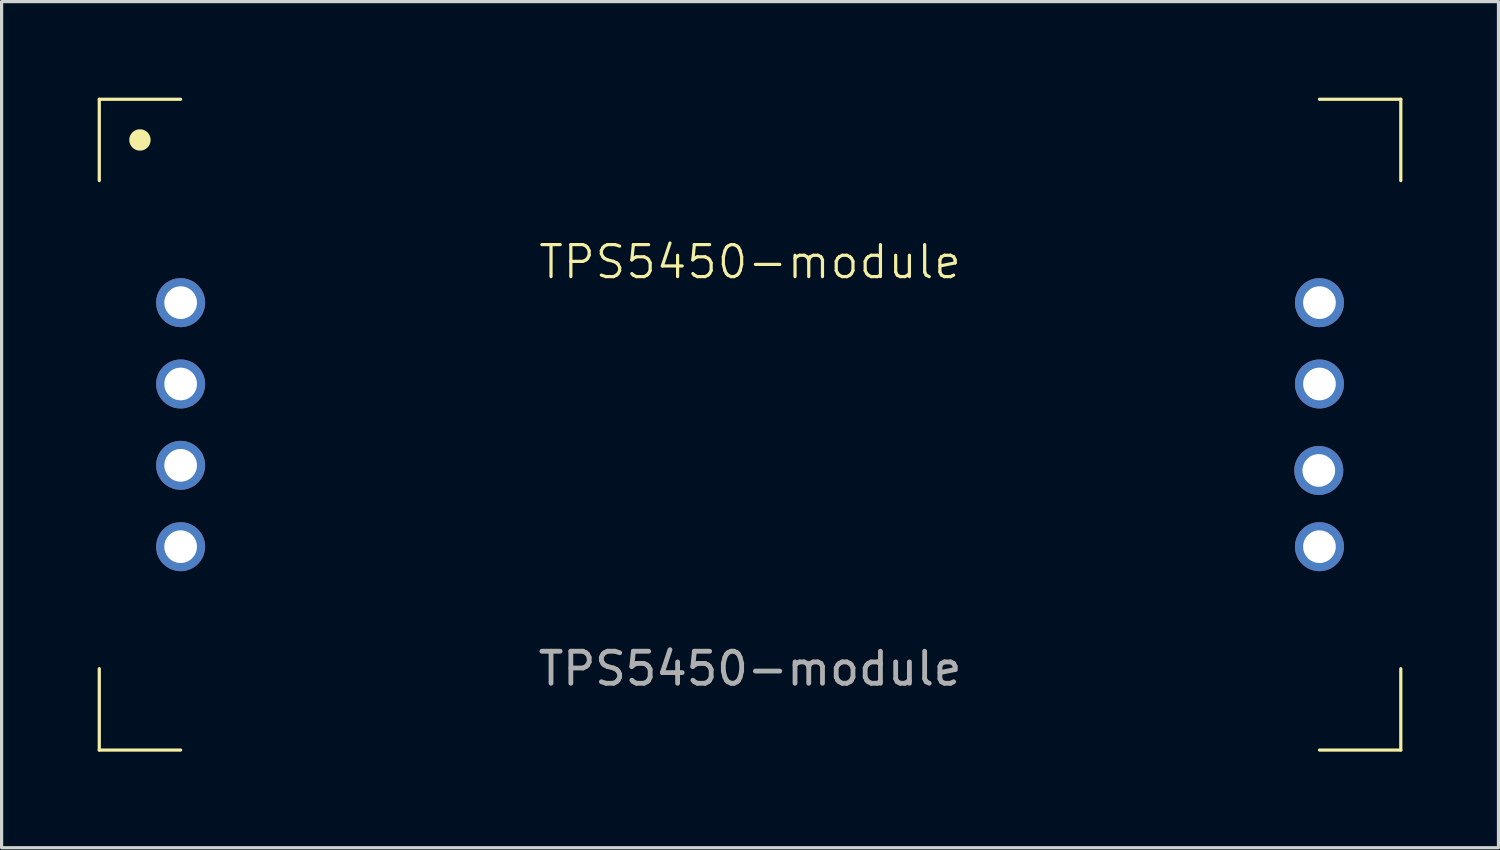
<source format=kicad_pcb>
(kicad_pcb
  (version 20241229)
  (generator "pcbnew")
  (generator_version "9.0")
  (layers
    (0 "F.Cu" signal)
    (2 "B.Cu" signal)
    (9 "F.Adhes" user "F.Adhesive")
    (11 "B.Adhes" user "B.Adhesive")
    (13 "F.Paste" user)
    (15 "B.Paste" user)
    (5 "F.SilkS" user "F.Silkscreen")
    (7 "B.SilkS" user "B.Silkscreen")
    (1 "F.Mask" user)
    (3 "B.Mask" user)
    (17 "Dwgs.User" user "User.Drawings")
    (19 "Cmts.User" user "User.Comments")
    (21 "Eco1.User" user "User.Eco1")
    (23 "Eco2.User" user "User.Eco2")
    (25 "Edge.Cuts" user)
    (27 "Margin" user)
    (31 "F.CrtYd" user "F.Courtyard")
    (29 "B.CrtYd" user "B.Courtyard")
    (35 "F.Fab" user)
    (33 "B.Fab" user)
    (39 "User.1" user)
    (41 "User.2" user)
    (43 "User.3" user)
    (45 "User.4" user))
  (footprint "TPS5450-module"
    (layer "F.Cu")
    (at 20.37 10.21)
    (property "Reference" "TPS5450-module" (at 0 -5.08 0) (unlocked yes) (layer "F.SilkS") (effects (font (size 1 1) (thickness 0.1))))
    (attr through_hole)
    (fp_line (start -20.32 -10.16) (end -20.32 -7.62) (stroke (width 0.1) (type default)) (layer "F.SilkS"))
    (fp_line (start -20.32 -10.16) (end -17.78 -10.16) (stroke (width 0.1) (type default)) (layer "F.SilkS"))
    (fp_line (start -20.32 10.16) (end -20.32 7.62) (stroke (width 0.1) (type default)) (layer "F.SilkS"))
    (fp_line (start -20.32 10.16) (end -17.78 10.16) (stroke (width 0.1) (type default)) (layer "F.SilkS"))
    (fp_line (start 20.32 -10.16) (end 17.78 -10.16) (stroke (width 0.1) (type default)) (layer "F.SilkS"))
    (fp_line (start 20.32 -10.16) (end 20.32 -7.62) (stroke (width 0.1) (type default)) (layer "F.SilkS"))
    (fp_line (start 20.32 10.16) (end 17.78 10.16) (stroke (width 0.1) (type default)) (layer "F.SilkS"))
    (fp_line (start 20.32 10.16) (end 20.32 7.62) (stroke (width 0.1) (type default)) (layer "F.SilkS"))
    (fp_circle (center -19.05 -8.89) (end -18.766 -8.89) (stroke (width 0.1) (type solid)) (fill yes) (layer "F.SilkS"))
    (fp_text user "${REFERENCE}" (at 0 7.62 0) (unlocked yes) (layer "F.Fab") (effects (font (size 1 1) (thickness 0.15))))
    (pad "2" thru_hole circle (at -17.78 -3.81 90) (size 1.53 1.53) (drill 1.02) (layers "*.Cu" "*.Mask"))
    (pad "3" thru_hole circle (at -17.78 -1.27 90) (size 1.53 1.53) (drill 1.02) (layers "*.Cu" "*.Mask"))
    (pad "4" thru_hole circle (at -17.78 1.27 90) (size 1.53 1.53) (drill 1.02) (layers "*.Cu" "*.Mask"))
    (pad "5" thru_hole circle (at -17.78 3.81 90) (size 1.53 1.53) (drill 1.02) (layers "*.Cu" "*.Mask"))
    (pad "8" thru_hole circle (at 17.78 3.81 90) (size 1.53 1.53) (drill 1.02) (layers "*.Cu" "*.Mask"))
    (pad "9" thru_hole circle (at 17.759 1.43 90) (size 1.53 1.53) (drill 1.02) (layers "*.Cu" "*.Mask"))
    (pad "10" thru_hole circle (at 17.78 -1.27 90) (size 1.53 1.53) (drill 1.02) (layers "*.Cu" "*.Mask"))
    (pad "11" thru_hole circle (at 17.78 -3.81 90) (size 1.53 1.53) (drill 1.02) (layers "*.Cu" "*.Mask")))
  (gr_rect
    (start -3 -3)
    (end 43.74 23.42)
    (stroke (width 0.1) (type default))
    (fill no)
    (layer "Edge.Cuts")))
</source>
